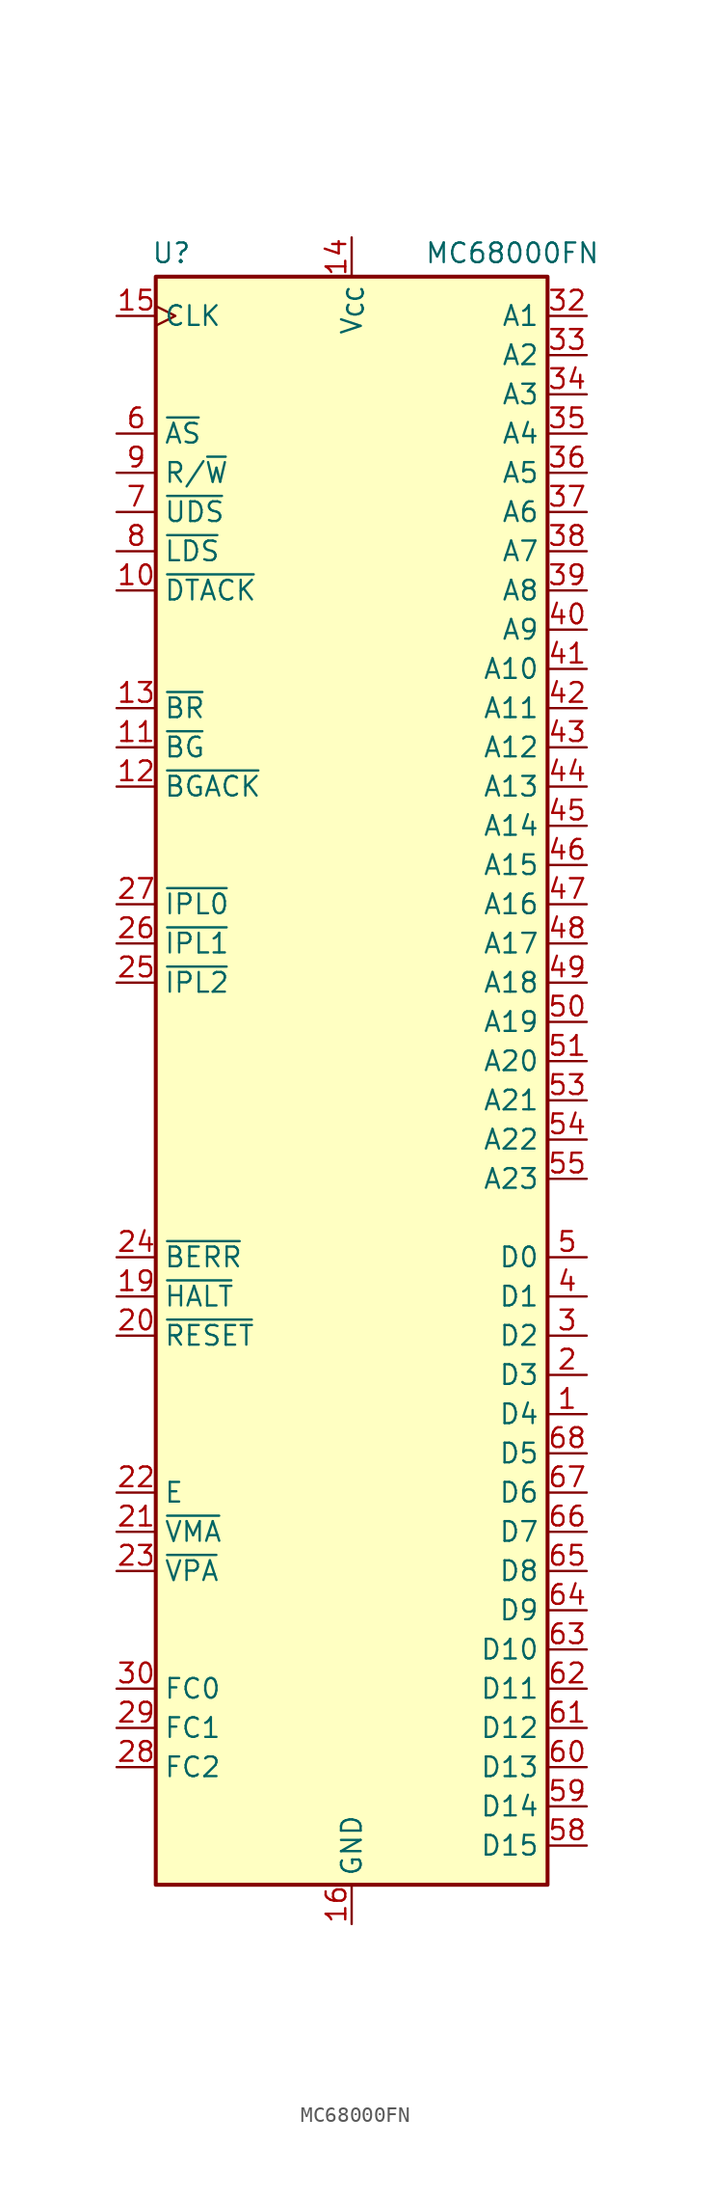
<source format=kicad_sym>
(kicad_symbol_lib
  (version 20241209)
  (generator "kicad_symbol_editor")
  (generator_version "9.0")
  (symbol "MC68000FN"
    (property "Reference" "U"
      (at -11.684 54.864 0)
      (effects (font (size 1.27 1.27))))
    (property "Value" "MC68000FN"
      (at 10.414 54.864 0)
      (effects (font (size 1.27 1.27))))
    (symbol "MC68000FN_0_1"
      (rectangle (start -12.7 53.34) (end 12.7 -50.8) (stroke (width 0.254) (type default)) (fill (type background))))
    (symbol "MC68000FN_1_1"
      (pin input clock (at -15.24 50.8 0) (length 2.54) (name "CLK" (effects (font (size 1.27 1.27)))) (number "15" (effects (font (size 1.27 1.27)))))
      (pin tri_state line (at -15.24 43.18 0) (length 2.54) (name "~{AS}" (effects (font (size 1.27 1.27)))) (number "6" (effects (font (size 1.27 1.27)))))
      (pin tri_state line (at -15.24 40.64 0) (length 2.54) (name "R/~{W}" (effects (font (size 1.27 1.27)))) (number "9" (effects (font (size 1.27 1.27)))))
      (pin tri_state line (at -15.24 38.1 0) (length 2.54) (name "~{UDS}" (effects (font (size 1.27 1.27)))) (number "7" (effects (font (size 1.27 1.27)))))
      (pin tri_state line (at -15.24 35.56 0) (length 2.54) (name "~{LDS}" (effects (font (size 1.27 1.27)))) (number "8" (effects (font (size 1.27 1.27)))))
      (pin input line (at -15.24 33.02 0) (length 2.54) (name "~{DTACK}" (effects (font (size 1.27 1.27)))) (number "10" (effects (font (size 1.27 1.27)))))
      (pin input line (at -15.24 25.4 0) (length 2.54) (name "~{BR}" (effects (font (size 1.27 1.27)))) (number "13" (effects (font (size 1.27 1.27)))))
      (pin output line (at -15.24 22.86 0) (length 2.54) (name "~{BG}" (effects (font (size 1.27 1.27)))) (number "11" (effects (font (size 1.27 1.27)))))
      (pin input line (at -15.24 20.32 0) (length 2.54) (name "~{BGACK}" (effects (font (size 1.27 1.27)))) (number "12" (effects (font (size 1.27 1.27)))))
      (pin input line (at -15.24 12.7 0) (length 2.54) (name "~{IPL0}" (effects (font (size 1.27 1.27)))) (number "27" (effects (font (size 1.27 1.27)))))
      (pin input line (at -15.24 10.16 0) (length 2.54) (name "~{IPL1}" (effects (font (size 1.27 1.27)))) (number "26" (effects (font (size 1.27 1.27)))))
      (pin input line (at -15.24 7.62 0) (length 2.54) (name "~{IPL2}" (effects (font (size 1.27 1.27)))) (number "25" (effects (font (size 1.27 1.27)))))
      (pin input line (at -15.24 -10.16 0) (length 2.54) (name "~{BERR}" (effects (font (size 1.27 1.27)))) (number "24" (effects (font (size 1.27 1.27)))))
      (pin bidirectional line (at -15.24 -12.7 0) (length 2.54) (name "~{HALT}" (effects (font (size 1.27 1.27)))) (number "19" (effects (font (size 1.27 1.27)))))
      (pin bidirectional line (at -15.24 -15.24 0) (length 2.54) (name "~{RESET}" (effects (font (size 1.27 1.27)))) (number "20" (effects (font (size 1.27 1.27)))))
      (pin output line (at -15.24 -25.4 0) (length 2.54) (name "E" (effects (font (size 1.27 1.27)))) (number "22" (effects (font (size 1.27 1.27)))))
      (pin tri_state line (at -15.24 -27.94 0) (length 2.54) (name "~{VMA}" (effects (font (size 1.27 1.27)))) (number "21" (effects (font (size 1.27 1.27)))))
      (pin input line (at -15.24 -30.48 0) (length 2.54) (name "~{VPA}" (effects (font (size 1.27 1.27)))) (number "23" (effects (font (size 1.27 1.27)))))
      (pin tri_state line (at -15.24 -38.1 0) (length 2.54) (name "FC0" (effects (font (size 1.27 1.27)))) (number "30" (effects (font (size 1.27 1.27)))))
      (pin tri_state line (at -15.24 -40.64 0) (length 2.54) (name "FC1" (effects (font (size 1.27 1.27)))) (number "29" (effects (font (size 1.27 1.27)))))
      (pin tri_state line (at -15.24 -43.18 0) (length 2.54) (name "FC2" (effects (font (size 1.27 1.27)))) (number "28" (effects (font (size 1.27 1.27)))))
      (pin no_connect line (at -12.7 -2.54 0) (length 2.54) (hide yes) (name "NC" (effects (font (size 1.27 1.27)))) (number "18" (effects (font (size 1.27 1.27)))))
      (pin no_connect line (at -12.7 -5.08 0) (length 2.54) (hide yes) (name "NC" (effects (font (size 1.27 1.27)))) (number "31" (effects (font (size 1.27 1.27)))))
      (pin power_in line (at 0 55.88 270) (length 2.54) (name "V_{CC}" (effects (font (size 1.27 1.27)))) (number "14" (effects (font (size 1.27 1.27)))))
      (pin passive line (at 0 55.88 270) (length 2.54) (hide yes) (name "V_{CC}" (effects (font (size 1.27 1.27)))) (number "52" (effects (font (size 1.27 1.27)))))
      (pin power_in line (at 0 -53.34 90) (length 2.54) (name "GND" (effects (font (size 1.27 1.27)))) (number "16" (effects (font (size 1.27 1.27)))))
      (pin passive line (at 0 -53.34 90) (length 2.54) (hide yes) (name "GND" (effects (font (size 1.27 1.27)))) (number "17" (effects (font (size 1.27 1.27)))))
      (pin passive line (at 0 -53.34 90) (length 2.54) (hide yes) (name "GND" (effects (font (size 1.27 1.27)))) (number "56" (effects (font (size 1.27 1.27)))))
      (pin passive line (at 0 -53.34 90) (length 2.54) (hide yes) (name "GND" (effects (font (size 1.27 1.27)))) (number "57" (effects (font (size 1.27 1.27)))))
      (pin tri_state line (at 15.24 50.8 180) (length 2.54) (name "A1" (effects (font (size 1.27 1.27)))) (number "32" (effects (font (size 1.27 1.27)))))
      (pin tri_state line (at 15.24 48.26 180) (length 2.54) (name "A2" (effects (font (size 1.27 1.27)))) (number "33" (effects (font (size 1.27 1.27)))))
      (pin tri_state line (at 15.24 45.72 180) (length 2.54) (name "A3" (effects (font (size 1.27 1.27)))) (number "34" (effects (font (size 1.27 1.27)))))
      (pin tri_state line (at 15.24 43.18 180) (length 2.54) (name "A4" (effects (font (size 1.27 1.27)))) (number "35" (effects (font (size 1.27 1.27)))))
      (pin tri_state line (at 15.24 40.64 180) (length 2.54) (name "A5" (effects (font (size 1.27 1.27)))) (number "36" (effects (font (size 1.27 1.27)))))
      (pin tri_state line (at 15.24 38.1 180) (length 2.54) (name "A6" (effects (font (size 1.27 1.27)))) (number "37" (effects (font (size 1.27 1.27)))))
      (pin tri_state line (at 15.24 35.56 180) (length 2.54) (name "A7" (effects (font (size 1.27 1.27)))) (number "38" (effects (font (size 1.27 1.27)))))
      (pin tri_state line (at 15.24 33.02 180) (length 2.54) (name "A8" (effects (font (size 1.27 1.27)))) (number "39" (effects (font (size 1.27 1.27)))))
      (pin tri_state line (at 15.24 30.48 180) (length 2.54) (name "A9" (effects (font (size 1.27 1.27)))) (number "40" (effects (font (size 1.27 1.27)))))
      (pin tri_state line (at 15.24 27.94 180) (length 2.54) (name "A10" (effects (font (size 1.27 1.27)))) (number "41" (effects (font (size 1.27 1.27)))))
      (pin tri_state line (at 15.24 25.4 180) (length 2.54) (name "A11" (effects (font (size 1.27 1.27)))) (number "42" (effects (font (size 1.27 1.27)))))
      (pin tri_state line (at 15.24 22.86 180) (length 2.54) (name "A12" (effects (font (size 1.27 1.27)))) (number "43" (effects (font (size 1.27 1.27)))))
      (pin tri_state line (at 15.24 20.32 180) (length 2.54) (name "A13" (effects (font (size 1.27 1.27)))) (number "44" (effects (font (size 1.27 1.27)))))
      (pin tri_state line (at 15.24 17.78 180) (length 2.54) (name "A14" (effects (font (size 1.27 1.27)))) (number "45" (effects (font (size 1.27 1.27)))))
      (pin tri_state line (at 15.24 15.24 180) (length 2.54) (name "A15" (effects (font (size 1.27 1.27)))) (number "46" (effects (font (size 1.27 1.27)))))
      (pin tri_state line (at 15.24 12.7 180) (length 2.54) (name "A16" (effects (font (size 1.27 1.27)))) (number "47" (effects (font (size 1.27 1.27)))))
      (pin tri_state line (at 15.24 10.16 180) (length 2.54) (name "A17" (effects (font (size 1.27 1.27)))) (number "48" (effects (font (size 1.27 1.27)))))
      (pin tri_state line (at 15.24 7.62 180) (length 2.54) (name "A18" (effects (font (size 1.27 1.27)))) (number "49" (effects (font (size 1.27 1.27)))))
      (pin tri_state line (at 15.24 5.08 180) (length 2.54) (name "A19" (effects (font (size 1.27 1.27)))) (number "50" (effects (font (size 1.27 1.27)))))
      (pin tri_state line (at 15.24 2.54 180) (length 2.54) (name "A20" (effects (font (size 1.27 1.27)))) (number "51" (effects (font (size 1.27 1.27)))))
      (pin tri_state line (at 15.24 0 180) (length 2.54) (name "A21" (effects (font (size 1.27 1.27)))) (number "53" (effects (font (size 1.27 1.27)))))
      (pin tri_state line (at 15.24 -2.54 180) (length 2.54) (name "A22" (effects (font (size 1.27 1.27)))) (number "54" (effects (font (size 1.27 1.27)))))
      (pin tri_state line (at 15.24 -5.08 180) (length 2.54) (name "A23" (effects (font (size 1.27 1.27)))) (number "55" (effects (font (size 1.27 1.27)))))
      (pin bidirectional line (at 15.24 -10.16 180) (length 2.54) (name "D0" (effects (font (size 1.27 1.27)))) (number "5" (effects (font (size 1.27 1.27)))))
      (pin bidirectional line (at 15.24 -12.7 180) (length 2.54) (name "D1" (effects (font (size 1.27 1.27)))) (number "4" (effects (font (size 1.27 1.27)))))
      (pin bidirectional line (at 15.24 -15.24 180) (length 2.54) (name "D2" (effects (font (size 1.27 1.27)))) (number "3" (effects (font (size 1.27 1.27)))))
      (pin bidirectional line (at 15.24 -17.78 180) (length 2.54) (name "D3" (effects (font (size 1.27 1.27)))) (number "2" (effects (font (size 1.27 1.27)))))
      (pin bidirectional line (at 15.24 -20.32 180) (length 2.54) (name "D4" (effects (font (size 1.27 1.27)))) (number "1" (effects (font (size 1.27 1.27)))))
      (pin bidirectional line (at 15.24 -22.86 180) (length 2.54) (name "D5" (effects (font (size 1.27 1.27)))) (number "68" (effects (font (size 1.27 1.27)))))
      (pin bidirectional line (at 15.24 -25.4 180) (length 2.54) (name "D6" (effects (font (size 1.27 1.27)))) (number "67" (effects (font (size 1.27 1.27)))))
      (pin bidirectional line (at 15.24 -27.94 180) (length 2.54) (name "D7" (effects (font (size 1.27 1.27)))) (number "66" (effects (font (size 1.27 1.27)))))
      (pin bidirectional line (at 15.24 -30.48 180) (length 2.54) (name "D8" (effects (font (size 1.27 1.27)))) (number "65" (effects (font (size 1.27 1.27)))))
      (pin bidirectional line (at 15.24 -33.02 180) (length 2.54) (name "D9" (effects (font (size 1.27 1.27)))) (number "64" (effects (font (size 1.27 1.27)))))
      (pin bidirectional line (at 15.24 -35.56 180) (length 2.54) (name "D10" (effects (font (size 1.27 1.27)))) (number "63" (effects (font (size 1.27 1.27)))))
      (pin bidirectional line (at 15.24 -38.1 180) (length 2.54) (name "D11" (effects (font (size 1.27 1.27)))) (number "62" (effects (font (size 1.27 1.27)))))
      (pin bidirectional line (at 15.24 -40.64 180) (length 2.54) (name "D12" (effects (font (size 1.27 1.27)))) (number "61" (effects (font (size 1.27 1.27)))))
      (pin bidirectional line (at 15.24 -43.18 180) (length 2.54) (name "D13" (effects (font (size 1.27 1.27)))) (number "60" (effects (font (size 1.27 1.27)))))
      (pin bidirectional line (at 15.24 -45.72 180) (length 2.54) (name "D14" (effects (font (size 1.27 1.27)))) (number "59" (effects (font (size 1.27 1.27)))))
      (pin bidirectional line (at 15.24 -48.26 180) (length 2.54) (name "D15" (effects (font (size 1.27 1.27)))) (number "58" (effects (font (size 1.27 1.27))))))))
</source>
